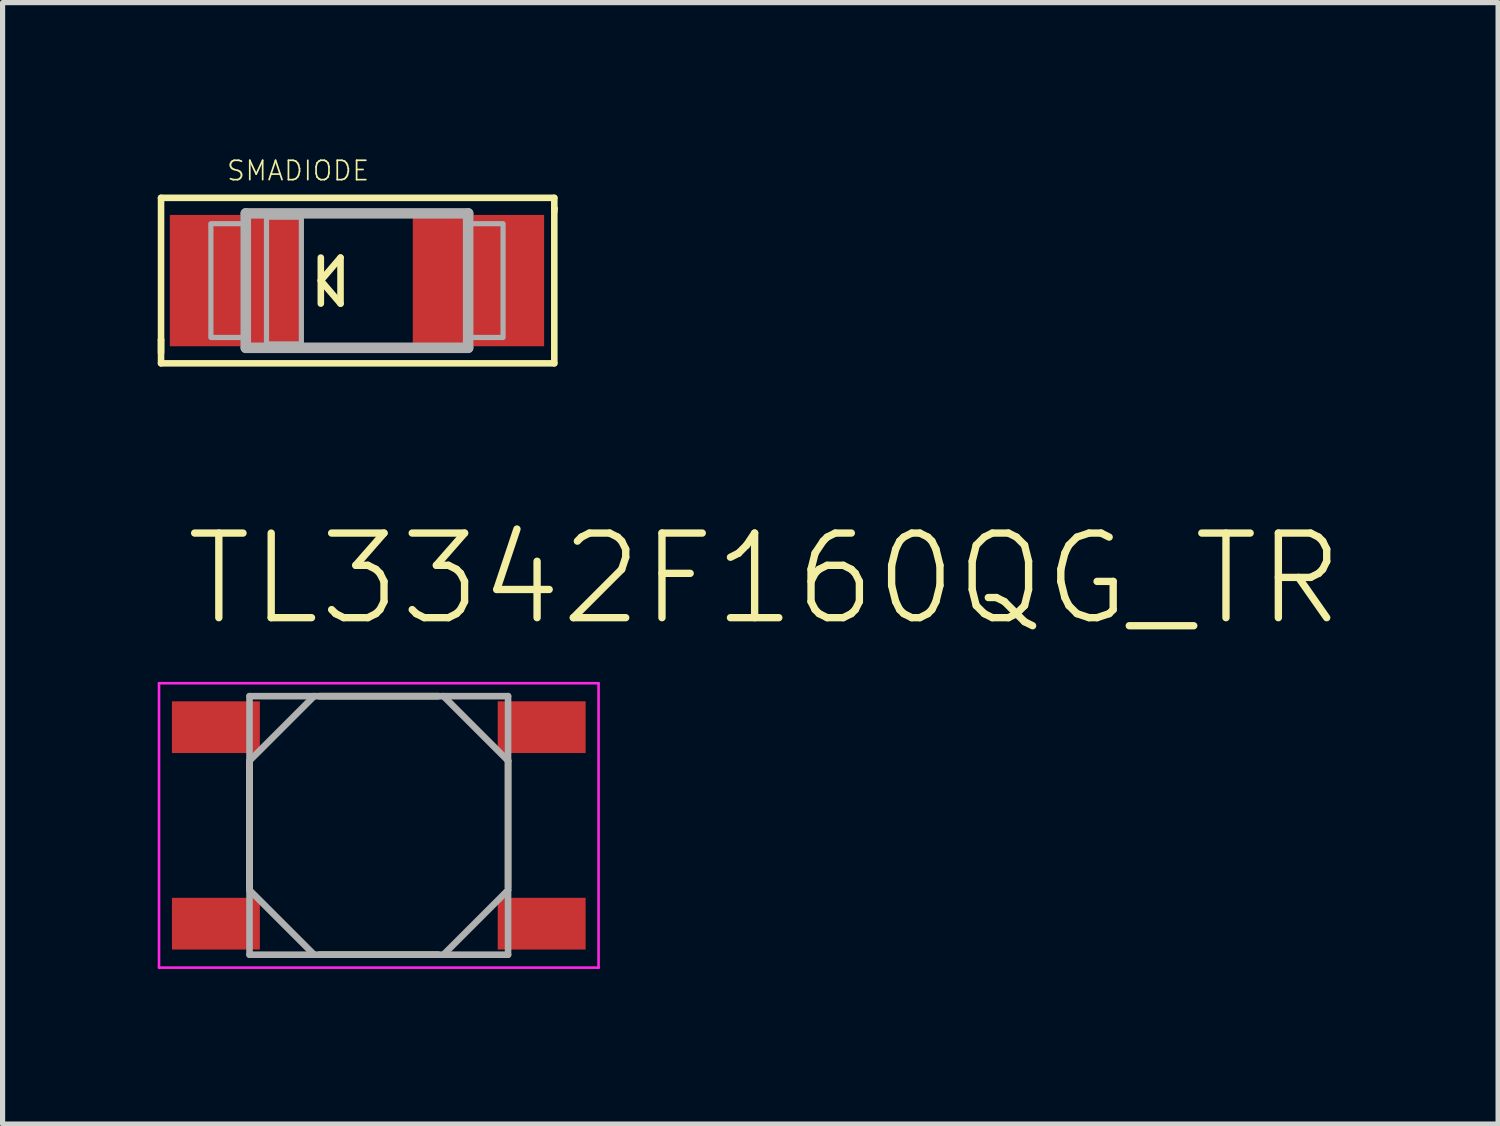
<source format=kicad_pcb>
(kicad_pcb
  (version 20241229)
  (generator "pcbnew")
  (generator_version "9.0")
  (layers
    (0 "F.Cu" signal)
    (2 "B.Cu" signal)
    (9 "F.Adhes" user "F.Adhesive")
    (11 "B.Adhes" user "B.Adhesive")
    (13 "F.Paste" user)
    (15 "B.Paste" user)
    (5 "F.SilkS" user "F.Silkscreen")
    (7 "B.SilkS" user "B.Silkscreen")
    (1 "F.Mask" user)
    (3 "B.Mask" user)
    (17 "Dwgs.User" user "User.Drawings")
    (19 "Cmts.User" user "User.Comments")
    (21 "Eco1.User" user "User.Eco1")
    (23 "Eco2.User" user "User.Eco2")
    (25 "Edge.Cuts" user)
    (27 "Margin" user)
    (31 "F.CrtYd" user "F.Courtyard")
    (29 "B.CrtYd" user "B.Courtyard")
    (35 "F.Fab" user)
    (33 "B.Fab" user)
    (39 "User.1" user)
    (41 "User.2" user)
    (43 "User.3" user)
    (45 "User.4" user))
  (footprint "SMADIODE"
    (layer "F.Cu")
    (at 3.853 2.376)
    (property "Reference" "SMADIODE" (at -2.54 -1.905 0) (layer "F.SilkS") (effects (font (size 0.374 0.374) (thickness 0.033)) (justify left bottom)))
    (fp_line (start -3.789 -1.6) (end 3.816 -1.6) (stroke (width 0.127) (type solid)) (layer "F.SilkS"))
    (fp_line (start -3.789 1.146) (end -3.789 -1.6) (stroke (width 0.127) (type solid)) (layer "F.SilkS"))
    (fp_line (start -3.789 1.394) (end -3.789 1.146) (stroke (width 0.127) (type solid)) (layer "F.SilkS"))
    (fp_line (start -3.789 1.6) (end -3.789 1.146) (stroke (width 0.127) (type solid)) (layer "F.SilkS"))
    (fp_line (start -0.699 0) (end -0.318 0.445) (stroke (width 0.127) (type solid)) (layer "F.SilkS"))
    (fp_line (start -0.699 0.445) (end -0.699 -0.445) (stroke (width 0.127) (type solid)) (layer "F.SilkS"))
    (fp_line (start -0.318 -0.445) (end -0.699 0) (stroke (width 0.127) (type solid)) (layer "F.SilkS"))
    (fp_line (start -0.318 0.445) (end -0.318 -0.445) (stroke (width 0.127) (type solid)) (layer "F.SilkS"))
    (fp_line (start 3.816 -1.6) (end 3.816 -1.394) (stroke (width 0.127) (type solid)) (layer "F.SilkS"))
    (fp_line (start 3.816 -1.394) (end 3.816 -1.337) (stroke (width 0.127) (type solid)) (layer "F.SilkS"))
    (fp_line (start 3.816 -1.394) (end 3.816 1.6) (stroke (width 0.127) (type solid)) (layer "F.SilkS"))
    (fp_line (start 3.816 1.6) (end -3.789 1.6) (stroke (width 0.127) (type solid)) (layer "F.SilkS"))
    (fp_line (start -2.15 -1.3) (end 2.15 -1.3) (stroke (width 0.203) (type solid)) (layer "F.Fab"))
    (fp_line (start -2.15 1.3) (end -2.15 -1.3) (stroke (width 0.203) (type solid)) (layer "F.Fab"))
    (fp_line (start 2.15 -1.3) (end 2.15 1.3) (stroke (width 0.203) (type solid)) (layer "F.Fab"))
    (fp_line (start 2.15 1.3) (end -2.15 1.3) (stroke (width 0.203) (type solid)) (layer "F.Fab"))
    (fp_poly (pts (xy -2.825 1.1) (xy -2.175 1.1) (xy -2.175 -1.1) (xy -2.825 -1.1)) (stroke (width 0.1) (type solid)) (fill no) (layer "F.Fab"))
    (fp_poly (pts (xy -1.75 1.225) (xy -1.075 1.225) (xy -1.075 -1.225) (xy -1.75 -1.225)) (stroke (width 0.1) (type solid)) (fill no) (layer "F.Fab"))
    (fp_poly (pts (xy 2.825 -1.1) (xy 2.175 -1.1) (xy 2.175 1.1) (xy 2.825 1.1)) (stroke (width 0.1) (type solid)) (fill no) (layer "F.Fab"))
    (pad "A" smd rect (at 2.349 0 180) (size 2.54 2.54) (layers "F.Cu" "F.Mask" "F.Paste"))
    (pad "C" smd rect (at -2.349 0) (size 2.54 2.54) (layers "F.Cu" "F.Mask" "F.Paste")))
  (footprint "TL3342F160QG_TR"
    (layer "F.Cu")
    (at 4.275 12.912)
    (property "Reference" "TL3342F160QG_TR" (at -3.81 -3.81 0) (layer "F.SilkS") (effects (font (size 1.636 1.636) (thickness 0.142)) (justify left bottom)))
    (fp_line (start -2.5 -1.2) (end -2.5 1.2) (stroke (width 0.127) (type solid)) (layer "F.SilkS"))
    (fp_line (start -1.15 -2.5) (end 1.15 -2.5) (stroke (width 0.127) (type solid)) (layer "F.SilkS"))
    (fp_line (start -1.15 2.5) (end 1.15 2.5) (stroke (width 0.127) (type solid)) (layer "F.SilkS"))
    (fp_line (start 2.5 -1.25) (end 2.5 1.2) (stroke (width 0.127) (type solid)) (layer "F.SilkS"))
    (fp_line (start -4.25 -2.75) (end -4.25 2.75) (stroke (width 0.05) (type solid)) (layer "F.CrtYd"))
    (fp_line (start -4.25 2.75) (end 4.25 2.75) (stroke (width 0.05) (type solid)) (layer "F.CrtYd"))
    (fp_line (start 4.25 -2.75) (end -4.25 -2.75) (stroke (width 0.05) (type solid)) (layer "F.CrtYd"))
    (fp_line (start 4.25 2.75) (end 4.25 -2.75) (stroke (width 0.05) (type solid)) (layer "F.CrtYd"))
    (fp_line (start -2.5 -2.5) (end -2.5 -1.25) (stroke (width 0.127) (type solid)) (layer "F.Fab"))
    (fp_line (start -2.5 -1.25) (end -2.5 1.25) (stroke (width 0.127) (type solid)) (layer "F.Fab"))
    (fp_line (start -2.5 -1.25) (end -1.25 -2.5) (stroke (width 0.127) (type solid)) (layer "F.Fab"))
    (fp_line (start -2.5 1.25) (end -2.5 2.5) (stroke (width 0.127) (type solid)) (layer "F.Fab"))
    (fp_line (start -2.5 1.25) (end -1.25 2.5) (stroke (width 0.127) (type solid)) (layer "F.Fab"))
    (fp_line (start -2.5 2.5) (end -1.25 2.5) (stroke (width 0.127) (type solid)) (layer "F.Fab"))
    (fp_line (start -1.25 -2.5) (end -2.5 -2.5) (stroke (width 0.127) (type solid)) (layer "F.Fab"))
    (fp_line (start -1.25 2.5) (end 1.25 2.5) (stroke (width 0.127) (type solid)) (layer "F.Fab"))
    (fp_line (start 1.25 -2.5) (end -1.25 -2.5) (stroke (width 0.127) (type solid)) (layer "F.Fab"))
    (fp_line (start 1.25 2.5) (end 2.5 2.5) (stroke (width 0.127) (type solid)) (layer "F.Fab"))
    (fp_line (start 2.5 -2.5) (end 1.25 -2.5) (stroke (width 0.127) (type solid)) (layer "F.Fab"))
    (fp_line (start 2.5 -1.25) (end 1.25 -2.5) (stroke (width 0.127) (type solid)) (layer "F.Fab"))
    (fp_line (start 2.5 -1.25) (end 2.5 -2.5) (stroke (width 0.127) (type solid)) (layer "F.Fab"))
    (fp_line (start 2.5 1.25) (end 1.25 2.5) (stroke (width 0.127) (type solid)) (layer "F.Fab"))
    (fp_line (start 2.5 1.25) (end 2.5 -1.25) (stroke (width 0.127) (type solid)) (layer "F.Fab"))
    (fp_line (start 2.5 2.5) (end 2.5 1.25) (stroke (width 0.127) (type solid)) (layer "F.Fab"))
    (pad "1" smd rect (at -3.15 1.9) (size 1.7 1) (layers "F.Cu" "F.Mask" "F.Paste"))
    (pad "2" smd rect (at 3.15 1.9) (size 1.7 1) (layers "F.Cu" "F.Mask" "F.Paste"))
    (pad "3" smd rect (at -3.15 -1.9) (size 1.7 1) (layers "F.Cu" "F.Mask" "F.Paste"))
    (pad "4" smd rect (at 3.15 -1.9) (size 1.7 1) (layers "F.Cu" "F.Mask" "F.Paste")))
  (gr_rect
    (start -3 -3)
    (end 25.92 18.687)
    (stroke (width 0.1) (type default))
    (fill no)
    (layer "Edge.Cuts")))
</source>
